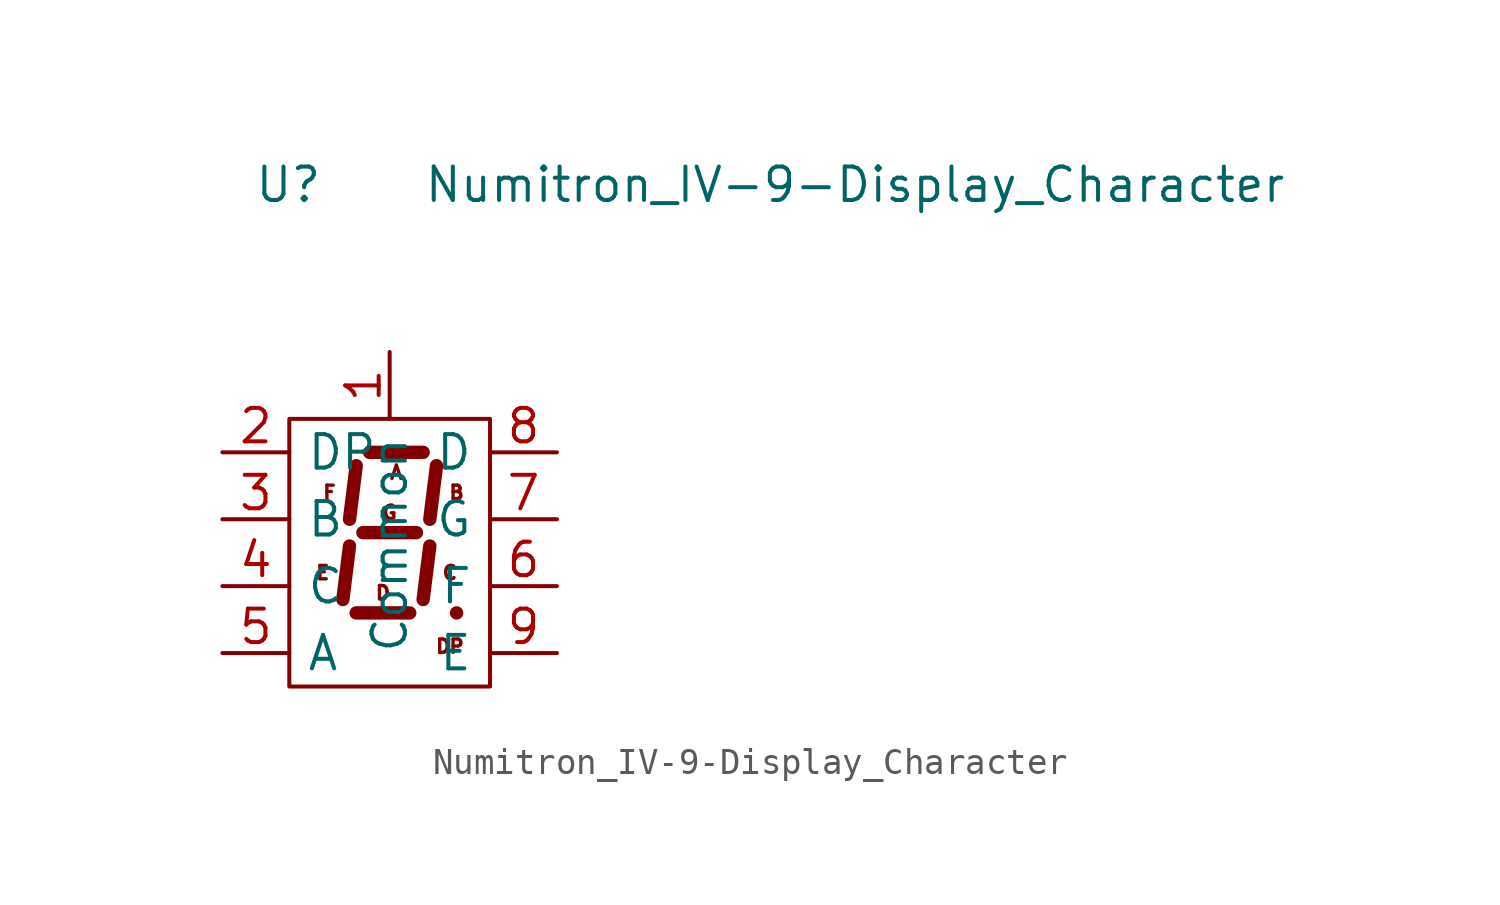
<source format=kicad_sym>
(kicad_symbol_lib
  (version 20211014)
  (generator kicad_symbol_editor)
  (symbol "Numitron_IV-9-Display_Character"
    (pin_names
      (offset 0.635))
    (property "Reference" "U"
      (at -2.54 13.97 0)
      (effects (font (size 1.27 1.27)) (justify right)))
    (property "Value" "Numitron_IV-9-Display_Character"
      (at 1.27 13.97 0)
      (effects (font (size 1.27 1.27)) (justify left)))
    (symbol "Numitron_IV-9-Display_Character_0_0"
      (text "A" (at 0.254 3.048 0) (effects (font (size 0.508 0.508))))
      (text "B" (at 2.54 2.286 0) (effects (font (size 0.508 0.508))))
      (text "C" (at 2.286 -0.762 0) (effects (font (size 0.508 0.508))))
      (text "D" (at -0.254 -1.524 0) (effects (font (size 0.508 0.508))))
      (text "DP" (at 2.286 -3.556 0) (effects (font (size 0.508 0.508))))
      (text "E" (at -2.54 -0.762 0) (effects (font (size 0.508 0.508))))
      (text "F" (at -2.286 2.286 0) (effects (font (size 0.508 0.508))))
      (text "G" (at 0 1.524 0) (effects (font (size 0.508 0.508)))))
    (symbol "Numitron_IV-9-Display_Character_0_1"
      (rectangle (start -3.81 5.08) (end 3.81 -5.08) (stroke (width 0) (type default) (color 0 0 0 0)) (fill (type none)))
      (polyline (pts (xy -1.524 0.254) (xy -1.778 -1.778)) (stroke (width 0.508) (type default) (color 0 0 0 0)) (fill (type none)))
      (polyline (pts (xy -1.27 -2.286) (xy 0.762 -2.286)) (stroke (width 0.508) (type default) (color 0 0 0 0)) (fill (type none)))
      (polyline (pts (xy -1.27 3.302) (xy -1.524 1.27)) (stroke (width 0.508) (type default) (color 0 0 0 0)) (fill (type none)))
      (polyline (pts (xy -1.016 0.762) (xy 1.016 0.762)) (stroke (width 0.508) (type default) (color 0 0 0 0)) (fill (type none)))
      (polyline (pts (xy -0.762 3.81) (xy 1.27 3.81)) (stroke (width 0.508) (type default) (color 0 0 0 0)) (fill (type none)))
      (polyline (pts (xy 1.524 0.254) (xy 1.27 -1.778)) (stroke (width 0.508) (type default) (color 0 0 0 0)) (fill (type none)))
      (polyline (pts (xy 1.778 3.302) (xy 1.524 1.27)) (stroke (width 0.508) (type default) (color 0 0 0 0)) (fill (type none)))
      (polyline (pts (xy 2.54 -2.286) (xy 2.54 -2.286)) (stroke (width 0.508) (type default) (color 0 0 0 0)) (fill (type none))))
    (symbol "Numitron_IV-9-Display_Character_1_1"
      (pin input line (at 0 7.62 270) (length 2.54) (name "Common" (effects (font (size 1.27 1.27)))) (number "1" (effects (font (size 1.27 1.27)))))
      (pin input line (at -6.35 3.81 0) (length 2.54) (name "DP" (effects (font (size 1.27 1.27)))) (number "2" (effects (font (size 1.27 1.27)))))
      (pin input line (at -6.35 1.27 0) (length 2.54) (name "B" (effects (font (size 1.27 1.27)))) (number "3" (effects (font (size 1.27 1.27)))))
      (pin input line (at -6.35 -1.27 0) (length 2.54) (name "C" (effects (font (size 1.27 1.27)))) (number "4" (effects (font (size 1.27 1.27)))))
      (pin input line (at -6.35 -3.81 0) (length 2.54) (name "A" (effects (font (size 1.27 1.27)))) (number "5" (effects (font (size 1.27 1.27)))))
      (pin input line (at 6.35 -1.27 180) (length 2.54) (name "F" (effects (font (size 1.27 1.27)))) (number "6" (effects (font (size 1.27 1.27)))))
      (pin input line (at 6.35 1.27 180) (length 2.54) (name "G" (effects (font (size 1.27 1.27)))) (number "7" (effects (font (size 1.27 1.27)))))
      (pin input line (at 6.35 3.81 180) (length 2.54) (name "D" (effects (font (size 1.27 1.27)))) (number "8" (effects (font (size 1.27 1.27)))))
      (pin input line (at 6.35 -3.81 180) (length 2.54) (name "E" (effects (font (size 1.27 1.27)))) (number "9" (effects (font (size 1.27 1.27))))))))
</source>
